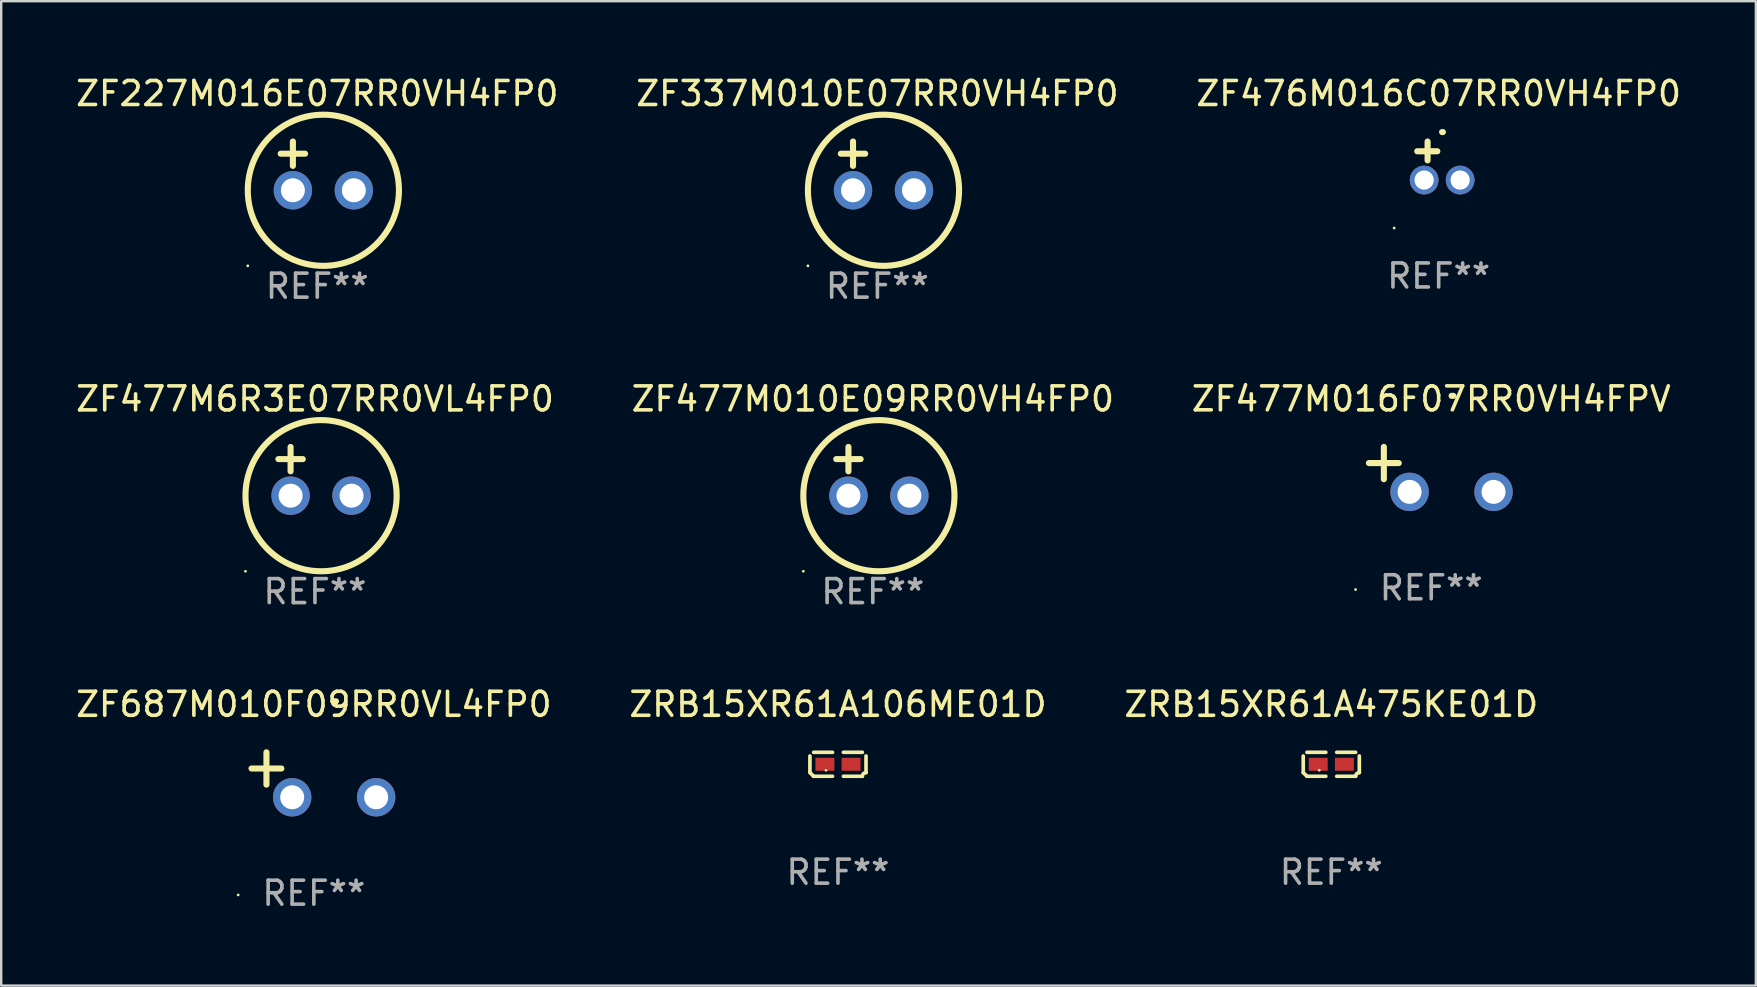
<source format=kicad_pcb>
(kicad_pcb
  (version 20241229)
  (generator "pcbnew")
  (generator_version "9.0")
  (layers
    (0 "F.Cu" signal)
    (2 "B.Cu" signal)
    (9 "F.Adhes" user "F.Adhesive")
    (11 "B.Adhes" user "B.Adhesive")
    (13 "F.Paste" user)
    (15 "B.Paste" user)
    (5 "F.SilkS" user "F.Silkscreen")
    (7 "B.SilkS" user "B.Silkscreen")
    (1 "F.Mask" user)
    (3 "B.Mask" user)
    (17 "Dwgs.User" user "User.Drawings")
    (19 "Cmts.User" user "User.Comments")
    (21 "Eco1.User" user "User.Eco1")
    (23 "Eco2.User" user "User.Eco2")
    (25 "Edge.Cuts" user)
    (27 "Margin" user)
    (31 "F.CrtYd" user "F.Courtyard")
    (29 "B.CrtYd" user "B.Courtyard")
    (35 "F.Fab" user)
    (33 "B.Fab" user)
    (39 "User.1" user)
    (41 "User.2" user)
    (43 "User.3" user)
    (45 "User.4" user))
  (footprint "ZF477M010E09RR0VH4FP0"
    (layer "F.Cu")
    (at 33.327 16.593)
    (property "Reference" "ZF477M010E09RR0VH4FP0" (at 0 -3.016 0) (layer "F.SilkS") (effects (font (size 1 1) (thickness 0.15))))
    (attr through_hole)
    (fp_line (start -1.524 -0.508) (end -0.508 -0.508) (stroke (width 0.254) (type solid)) (layer "F.SilkS"))
    (fp_line (start -1.016 -1.016) (end -1.016 0) (stroke (width 0.254) (type solid)) (layer "F.SilkS"))
    (fp_circle (center -2.896 4.166) (end -2.866 4.166) (stroke (width 0.06) (type solid)) (fill no) (layer "F.SilkS"))
    (fp_circle (center 0.254 1.016) (end 3.404 1.016) (stroke (width 0.254) (type solid)) (fill no) (layer "F.SilkS"))
    (fp_text user "REF**" (at 0 5.016 0) (layer "F.Fab") (effects (font (size 1 1) (thickness 0.15))))
    (pad "1" thru_hole circle (at -1.016 1.016) (size 1.6 1.6) (drill 1) (layers "*.Cu" "*.Mask"))
    (pad "2" thru_hole circle (at 1.524 1.016) (size 1.6 1.6) (drill 1) (layers "*.Cu" "*.Mask")))
  (footprint "ZRB15XR61A475KE01D"
    (layer "F.Cu")
    (at 52.435 28.804)
    (property "Reference" "ZRB15XR61A475KE01D" (at 0 -2.499 0) (layer "F.SilkS") (effects (font (size 1 1) (thickness 0.15))))
    (attr through_hole)
    (fp_line (start -1.169 0.346) (end -1.169 -0.346) (stroke (width 0.152) (type solid)) (layer "F.SilkS"))
    (fp_line (start -1.016 -0.499) (end -0.226 -0.499) (stroke (width 0.152) (type solid)) (layer "F.SilkS"))
    (fp_line (start -0.226 0.499) (end -1.016 0.499) (stroke (width 0.152) (type solid)) (layer "F.SilkS"))
    (fp_line (start 0.226 0.499) (end 1.016 0.499) (stroke (width 0.152) (type solid)) (layer "F.SilkS"))
    (fp_line (start 1.016 -0.499) (end 0.226 -0.499) (stroke (width 0.152) (type solid)) (layer "F.SilkS"))
    (fp_line (start 1.169 0.346) (end 1.169 -0.346) (stroke (width 0.152) (type solid)) (layer "F.SilkS"))
    (fp_arc (start -1.016307 0.498603) (mid -1.092512 0.422405) (end -1.16871 0.3462) (stroke (width 0.1524) (type solid)) (layer "F.SilkS"))
    (fp_arc (start 1.016307 0.498603) (mid 1.060899 0.390758) (end 1.168707 0.346076) (stroke (width 0.1524) (type solid)) (layer "F.SilkS"))
    (fp_circle (center -0.5 0.25) (end -0.47 0.25) (stroke (width 0.06) (type solid)) (fill no) (layer "F.SilkS"))
    (fp_text user "REF**" (at 0 4.499 0) (layer "F.Fab") (effects (font (size 1 1) (thickness 0.15))))
    (pad "1" smd rect (at -0.545 0) (size 0.79 0.54) (layers "F.Cu" "F.Mask" "F.Paste"))
    (pad "2" smd rect (at 0.545 0) (size 0.79 0.54) (layers "F.Cu" "F.Mask" "F.Paste")))
  (footprint "ZF476M016C07RR0VH4FP0"
    (layer "F.Cu")
    (at 56.911 3.651)
    (property "Reference" "ZF476M016C07RR0VH4FP0" (at 0 -2.803 0) (layer "F.SilkS") (effects (font (size 1 1) (thickness 0.15))))
    (attr through_hole)
    (fp_line (start -0.462 -0.016) (end -0.462 -0.803) (stroke (width 0.254) (type solid)) (layer "F.SilkS"))
    (fp_line (start -0.056 -0.397) (end -0.894 -0.397) (stroke (width 0.254) (type solid)) (layer "F.SilkS"))
    (fp_arc (start 0.142799 -1.195784) (mid 0.159309 -1.195852) (end 0.175819 -1.195784) (stroke (width 0.254001) (type solid)) (layer "F.SilkS"))
    (fp_circle (center -1.856 2.803) (end -1.826 2.803) (stroke (width 0.06) (type solid)) (fill no) (layer "F.SilkS"))
    (fp_text user "REF**" (at 0 4.803 0) (layer "F.Fab") (effects (font (size 1 1) (thickness 0.15))))
    (pad "1" thru_hole circle (at -0.606 0.803) (size 1.2 1.2) (drill 0.8) (layers "*.Cu" "*.Mask"))
    (pad "2" thru_hole circle (at 0.894 0.803) (size 1.2 1.2) (drill 0.8) (layers "*.Cu" "*.Mask")))
  (footprint "ZF477M6R3E07RR0VL4FP0"
    (layer "F.Cu")
    (at 10.077 16.593)
    (property "Reference" "ZF477M6R3E07RR0VL4FP0" (at 0 -3.016 0) (layer "F.SilkS") (effects (font (size 1 1) (thickness 0.15))))
    (attr through_hole)
    (fp_line (start -1.524 -0.508) (end -0.508 -0.508) (stroke (width 0.254) (type solid)) (layer "F.SilkS"))
    (fp_line (start -1.016 -1.016) (end -1.016 0) (stroke (width 0.254) (type solid)) (layer "F.SilkS"))
    (fp_circle (center -2.896 4.166) (end -2.866 4.166) (stroke (width 0.06) (type solid)) (fill no) (layer "F.SilkS"))
    (fp_circle (center 0.254 1.016) (end 3.404 1.016) (stroke (width 0.254) (type solid)) (fill no) (layer "F.SilkS"))
    (fp_text user "REF**" (at 0 5.016 0) (layer "F.Fab") (effects (font (size 1 1) (thickness 0.15))))
    (pad "1" thru_hole circle (at -1.016 1.016) (size 1.6 1.6) (drill 1) (layers "*.Cu" "*.Mask"))
    (pad "2" thru_hole circle (at 1.524 1.016) (size 1.6 1.6) (drill 1) (layers "*.Cu" "*.Mask")))
  (footprint "ZF337M010E07RR0VH4FP0"
    (layer "F.Cu")
    (at 33.518 3.864)
    (property "Reference" "ZF337M010E07RR0VH4FP0" (at 0 -3.016 0) (layer "F.SilkS") (effects (font (size 1 1) (thickness 0.15))))
    (attr through_hole)
    (fp_line (start -1.524 -0.508) (end -0.508 -0.508) (stroke (width 0.254) (type solid)) (layer "F.SilkS"))
    (fp_line (start -1.016 -1.016) (end -1.016 0) (stroke (width 0.254) (type solid)) (layer "F.SilkS"))
    (fp_circle (center -2.896 4.166) (end -2.866 4.166) (stroke (width 0.06) (type solid)) (fill no) (layer "F.SilkS"))
    (fp_circle (center 0.254 1.016) (end 3.404 1.016) (stroke (width 0.254) (type solid)) (fill no) (layer "F.SilkS"))
    (fp_text user "REF**" (at 0 5.016 0) (layer "F.Fab") (effects (font (size 1 1) (thickness 0.15))))
    (pad "1" thru_hole circle (at -1.016 1.016) (size 1.6 1.6) (drill 1) (layers "*.Cu" "*.Mask"))
    (pad "2" thru_hole circle (at 1.524 1.016) (size 1.6 1.6) (drill 1) (layers "*.Cu" "*.Mask")))
  (footprint "ZF477M016F07RR0VH4FPV"
    (layer "F.Cu")
    (at 56.601 16.513)
    (property "Reference" "ZF477M016F07RR0VH4FPV" (at 0 -2.937 0) (layer "F.SilkS") (effects (font (size 1 1) (thickness 0.15))))
    (attr through_hole)
    (fp_line (start -1.975 0.41) (end -1.975 -0.937) (stroke (width 0.254) (type solid)) (layer "F.SilkS"))
    (fp_line (start -1.353 -0.263) (end -2.597 -0.263) (stroke (width 0.254) (type solid)) (layer "F.SilkS"))
    (fp_arc (start 0.849809 -3.063957) (mid 0.885369 -3.064114) (end 0.920929 -3.063957) (stroke (width 0.254001) (type solid)) (layer "F.SilkS"))
    (fp_circle (center -3.154 5.008) (end -3.124 5.008) (stroke (width 0.06) (type solid)) (fill no) (layer "F.SilkS"))
    (fp_text user "REF**" (at 0 4.937 0) (layer "F.Fab") (effects (font (size 1 1) (thickness 0.15))))
    (pad "1" thru_hole circle (at -0.903 0.937) (size 1.6 1.6) (drill 1) (layers "*.Cu" "*.Mask"))
    (pad "2" thru_hole circle (at 2.597 0.937) (size 1.6 1.6) (drill 1) (layers "*.Cu" "*.Mask")))
  (footprint "ZF227M016E07RR0VH4FP0"
    (layer "F.Cu")
    (at 10.173 3.864)
    (property "Reference" "ZF227M016E07RR0VH4FP0" (at 0 -3.016 0) (layer "F.SilkS") (effects (font (size 1 1) (thickness 0.15))))
    (attr through_hole)
    (fp_line (start -1.524 -0.508) (end -0.508 -0.508) (stroke (width 0.254) (type solid)) (layer "F.SilkS"))
    (fp_line (start -1.016 -1.016) (end -1.016 0) (stroke (width 0.254) (type solid)) (layer "F.SilkS"))
    (fp_circle (center -2.896 4.166) (end -2.866 4.166) (stroke (width 0.06) (type solid)) (fill no) (layer "F.SilkS"))
    (fp_circle (center 0.254 1.016) (end 3.404 1.016) (stroke (width 0.254) (type solid)) (fill no) (layer "F.SilkS"))
    (fp_text user "REF**" (at 0 5.016 0) (layer "F.Fab") (effects (font (size 1 1) (thickness 0.15))))
    (pad "1" thru_hole circle (at -1.016 1.016) (size 1.6 1.6) (drill 1) (layers "*.Cu" "*.Mask"))
    (pad "2" thru_hole circle (at 1.524 1.016) (size 1.6 1.6) (drill 1) (layers "*.Cu" "*.Mask")))
  (footprint "ZRB15XR61A106ME01D"
    (layer "F.Cu")
    (at 31.875 28.804)
    (property "Reference" "ZRB15XR61A106ME01D" (at 0 -2.499 0) (layer "F.SilkS") (effects (font (size 1 1) (thickness 0.15))))
    (attr through_hole)
    (fp_line (start -1.169 0.346) (end -1.169 -0.346) (stroke (width 0.152) (type solid)) (layer "F.SilkS"))
    (fp_line (start -1.016 -0.499) (end -0.226 -0.499) (stroke (width 0.152) (type solid)) (layer "F.SilkS"))
    (fp_line (start -0.226 0.499) (end -1.016 0.499) (stroke (width 0.152) (type solid)) (layer "F.SilkS"))
    (fp_line (start 0.226 0.499) (end 1.016 0.499) (stroke (width 0.152) (type solid)) (layer "F.SilkS"))
    (fp_line (start 1.016 -0.499) (end 0.226 -0.499) (stroke (width 0.152) (type solid)) (layer "F.SilkS"))
    (fp_line (start 1.169 0.346) (end 1.169 -0.346) (stroke (width 0.152) (type solid)) (layer "F.SilkS"))
    (fp_arc (start -1.016307 0.498603) (mid -1.092512 0.422405) (end -1.16871 0.3462) (stroke (width 0.1524) (type solid)) (layer "F.SilkS"))
    (fp_arc (start 1.016307 0.498603) (mid 1.060899 0.390758) (end 1.168707 0.346076) (stroke (width 0.1524) (type solid)) (layer "F.SilkS"))
    (fp_circle (center -0.5 0.25) (end -0.47 0.25) (stroke (width 0.06) (type solid)) (fill no) (layer "F.SilkS"))
    (fp_text user "REF**" (at 0 4.499 0) (layer "F.Fab") (effects (font (size 1 1) (thickness 0.15))))
    (pad "1" smd rect (at -0.545 0) (size 0.79 0.54) (layers "F.Cu" "F.Mask" "F.Paste"))
    (pad "2" smd rect (at 0.545 0) (size 0.79 0.54) (layers "F.Cu" "F.Mask" "F.Paste")))
  (footprint "ZF687M010F09RR0VL4FP0"
    (layer "F.Cu")
    (at 10.03 29.242)
    (property "Reference" "ZF687M010F09RR0VL4FP0" (at 0 -2.937 0) (layer "F.SilkS") (effects (font (size 1 1) (thickness 0.15))))
    (attr through_hole)
    (fp_line (start -1.975 0.41) (end -1.975 -0.937) (stroke (width 0.254) (type solid)) (layer "F.SilkS"))
    (fp_line (start -1.353 -0.263) (end -2.597 -0.263) (stroke (width 0.254) (type solid)) (layer "F.SilkS"))
    (fp_arc (start 0.849809 -3.063957) (mid 0.885369 -3.064114) (end 0.920929 -3.063957) (stroke (width 0.254001) (type solid)) (layer "F.SilkS"))
    (fp_circle (center -3.154 5.008) (end -3.124 5.008) (stroke (width 0.06) (type solid)) (fill no) (layer "F.SilkS"))
    (fp_text user "REF**" (at 0 4.937 0) (layer "F.Fab") (effects (font (size 1 1) (thickness 0.15))))
    (pad "1" thru_hole circle (at -0.903 0.937) (size 1.6 1.6) (drill 1) (layers "*.Cu" "*.Mask"))
    (pad "2" thru_hole circle (at 2.597 0.937) (size 1.6 1.6) (drill 1) (layers "*.Cu" "*.Mask")))
  (gr_rect
    (start -3 -3)
    (end 70.131 38.027)
    (stroke (width 0.1) (type default))
    (fill no)
    (layer "Edge.Cuts")))
</source>
